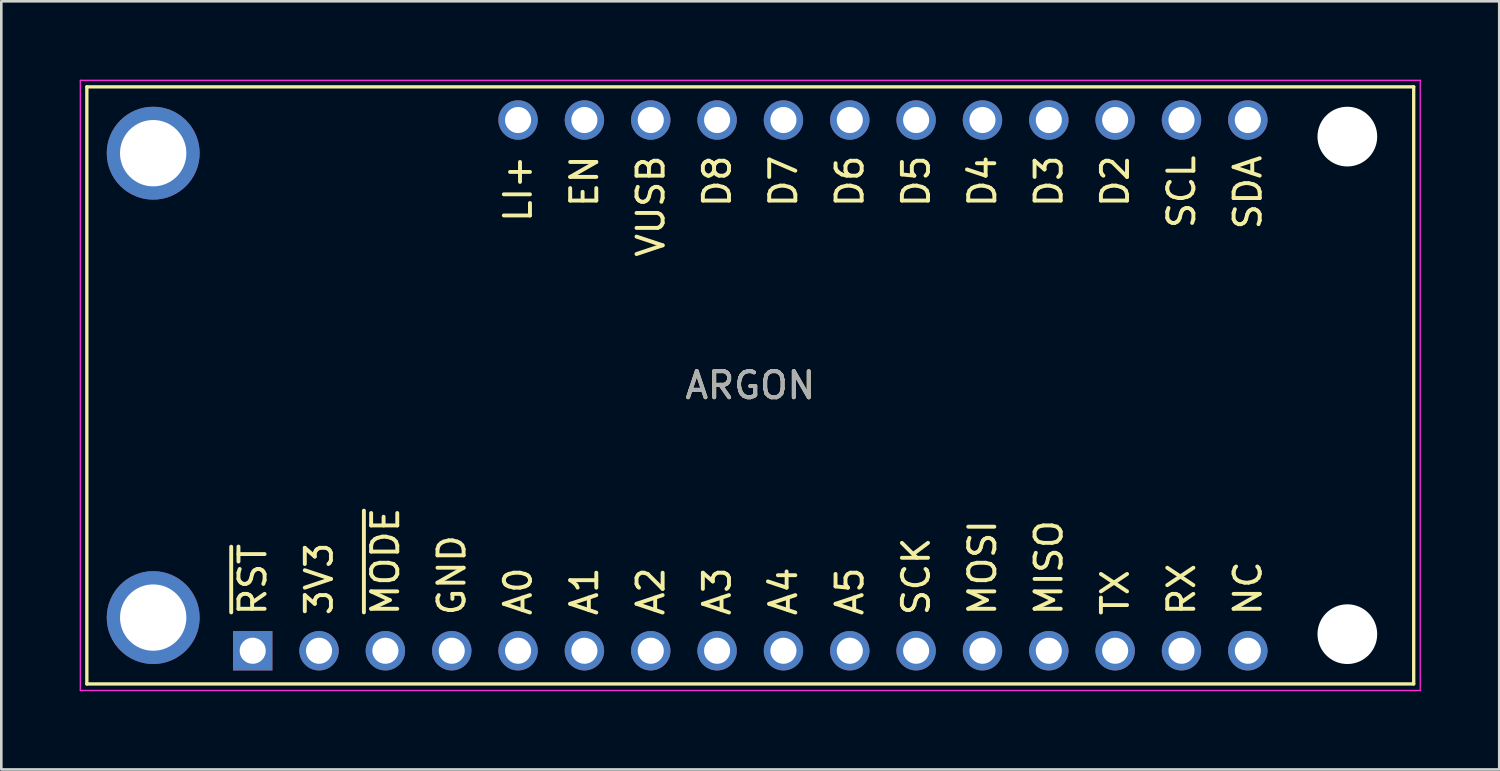
<source format=kicad_pcb>
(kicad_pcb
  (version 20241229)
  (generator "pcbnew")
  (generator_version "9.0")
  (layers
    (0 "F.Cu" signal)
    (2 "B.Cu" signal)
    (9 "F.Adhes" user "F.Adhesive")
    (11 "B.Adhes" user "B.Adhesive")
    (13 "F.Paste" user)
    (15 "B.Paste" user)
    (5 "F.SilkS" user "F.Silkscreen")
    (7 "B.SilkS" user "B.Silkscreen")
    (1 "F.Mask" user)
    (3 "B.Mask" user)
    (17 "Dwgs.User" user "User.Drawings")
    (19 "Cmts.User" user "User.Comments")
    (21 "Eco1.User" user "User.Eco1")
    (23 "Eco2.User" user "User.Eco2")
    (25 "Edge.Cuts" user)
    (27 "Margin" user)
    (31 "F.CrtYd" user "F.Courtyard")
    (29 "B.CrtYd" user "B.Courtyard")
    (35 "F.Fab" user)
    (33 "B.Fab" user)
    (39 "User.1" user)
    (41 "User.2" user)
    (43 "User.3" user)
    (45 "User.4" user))
  (footprint "ARGON"
    (layer "F.Cu")
    (at 25.675 11.705)
    (property "Reference" "ARGON" (at 0 0 0) (layer "F.SilkS") (effects (font (size 1 1) (thickness 0.15))))
    (attr through_hole)
    (fp_line (start -25.4 -11.43) (end 25.4 -11.43) (stroke (width 0.127) (type solid)) (layer "F.SilkS"))
    (fp_line (start -25.4 11.43) (end -25.4 -11.43) (stroke (width 0.127) (type solid)) (layer "F.SilkS"))
    (fp_line (start 25.4 -11.43) (end 25.4 11.43) (stroke (width 0.127) (type solid)) (layer "F.SilkS"))
    (fp_line (start 25.4 11.43) (end -25.4 11.43) (stroke (width 0.127) (type solid)) (layer "F.SilkS"))
    (fp_line (start -25.65 -11.68) (end 25.65 -11.68) (stroke (width 0.05) (type solid)) (layer "F.CrtYd"))
    (fp_line (start -25.65 11.68) (end -25.65 -11.68) (stroke (width 0.05) (type solid)) (layer "F.CrtYd"))
    (fp_line (start 25.65 -11.68) (end 25.65 11.68) (stroke (width 0.05) (type solid)) (layer "F.CrtYd"))
    (fp_line (start 25.65 11.68) (end -25.65 11.68) (stroke (width 0.05) (type solid)) (layer "F.CrtYd"))
    (fp_text user "SCK" (at 6.35 8.89 90) (unlocked yes) (layer "F.SilkS") (effects (font (size 1 1) (thickness 0.15)) (justify left)))
    (fp_text user "A1" (at -6.35 8.89 90) (unlocked yes) (layer "F.SilkS") (effects (font (size 1 1) (thickness 0.15)) (justify left)))
    (fp_text user "~{MODE}" (at -13.97 8.89 90) (unlocked yes) (layer "F.SilkS") (effects (font (size 1 1) (thickness 0.15)) (justify left)))
    (fp_text user "~{RST}" (at -19.05 8.89 90) (unlocked yes) (layer "F.SilkS") (effects (font (size 1 1) (thickness 0.15)) (justify left)))
    (fp_text user "LI+" (at -8.89 -8.89 90) (unlocked yes) (layer "F.SilkS") (effects (font (size 1 1) (thickness 0.15)) (justify right)))
    (fp_text user "D8" (at -1.27 -8.89 90) (unlocked yes) (layer "F.SilkS") (effects (font (size 1 1) (thickness 0.15)) (justify right)))
    (fp_text user "RX" (at 16.51 8.89 90) (unlocked yes) (layer "F.SilkS") (effects (font (size 1 1) (thickness 0.15)) (justify left)))
    (fp_text user "D3" (at 11.43 -8.89 90) (unlocked yes) (layer "F.SilkS") (effects (font (size 1 1) (thickness 0.15)) (justify right)))
    (fp_text user "MISO" (at 11.43 8.89 90) (unlocked yes) (layer "F.SilkS") (effects (font (size 1 1) (thickness 0.15)) (justify left)))
    (fp_text user "3V3" (at -16.51 8.89 90) (unlocked yes) (layer "F.SilkS") (effects (font (size 1 1) (thickness 0.15)) (justify left)))
    (fp_text user "GND" (at -11.43 8.89 90) (unlocked yes) (layer "F.SilkS") (effects (font (size 1 1) (thickness 0.15)) (justify left)))
    (fp_text user "A2" (at -3.81 8.89 90) (unlocked yes) (layer "F.SilkS") (effects (font (size 1 1) (thickness 0.15)) (justify left)))
    (fp_text user "MOSI" (at 8.89 8.89 90) (unlocked yes) (layer "F.SilkS") (effects (font (size 1 1) (thickness 0.15)) (justify left)))
    (fp_text user "A4" (at 1.27 8.89 90) (unlocked yes) (layer "F.SilkS") (effects (font (size 1 1) (thickness 0.15)) (justify left)))
    (fp_text user "D5" (at 6.35 -8.89 90) (unlocked yes) (layer "F.SilkS") (effects (font (size 1 1) (thickness 0.15)) (justify right)))
    (fp_text user "D2" (at 13.97 -8.89 90) (unlocked yes) (layer "F.SilkS") (effects (font (size 1 1) (thickness 0.15)) (justify right)))
    (fp_text user "TX" (at 13.97 8.89 90) (unlocked yes) (layer "F.SilkS") (effects (font (size 1 1) (thickness 0.15)) (justify left)))
    (fp_text user "D7" (at 1.27 -8.89 90) (unlocked yes) (layer "F.SilkS") (effects (font (size 1 1) (thickness 0.15)) (justify right)))
    (fp_text user "A5" (at 3.81 8.89 90) (unlocked yes) (layer "F.SilkS") (effects (font (size 1 1) (thickness 0.15)) (justify left)))
    (fp_text user "A0" (at -8.89 8.89 90) (unlocked yes) (layer "F.SilkS") (effects (font (size 1 1) (thickness 0.15)) (justify left)))
    (fp_text user "A3" (at -1.27 8.89 90) (unlocked yes) (layer "F.SilkS") (effects (font (size 1 1) (thickness 0.15)) (justify left)))
    (fp_text user "NC" (at 19.05 8.89 90) (unlocked yes) (layer "F.SilkS") (effects (font (size 1 1) (thickness 0.15)) (justify left)))
    (fp_text user "EN" (at -6.35 -8.89 90) (unlocked yes) (layer "F.SilkS") (effects (font (size 1 1) (thickness 0.15)) (justify right)))
    (fp_text user "SCL" (at 16.51 -8.89 90) (unlocked yes) (layer "F.SilkS") (effects (font (size 1 1) (thickness 0.15)) (justify right)))
    (fp_text user "D6" (at 3.81 -8.89 90) (unlocked yes) (layer "F.SilkS") (effects (font (size 1 1) (thickness 0.15)) (justify right)))
    (fp_text user "SDA" (at 19.05 -8.89 90) (unlocked yes) (layer "F.SilkS") (effects (font (size 1 1) (thickness 0.15)) (justify right)))
    (fp_text user "VUSB" (at -3.81 -8.89 90) (unlocked yes) (layer "F.SilkS") (effects (font (size 1 1) (thickness 0.15)) (justify right)))
    (fp_text user "D4" (at 8.89 -8.89 90) (unlocked yes) (layer "F.SilkS") (effects (font (size 1 1) (thickness 0.15)) (justify right)))
    (fp_text user "${REFERENCE}" (at 0 0 0) (layer "F.Fab") (effects (font (size 1 1) (thickness 0.15))))
    (pad "" np_thru_hole circle (at 22.86 -9.525) (size 2.286 2.286) (drill 2.286) (layers "*.Cu" "*.Mask"))
    (pad "" np_thru_hole circle (at 22.86 9.525) (size 2.286 2.286) (drill 2.286) (layers "*.Cu" "*.Mask"))
    (pad "3V3" thru_hole circle (at -16.51 10.16) (size 1.508 1.508) (drill 1) (layers "*.Cu" "*.Mask"))
    (pad "A0" thru_hole circle (at -8.89 10.16) (size 1.508 1.508) (drill 1) (layers "*.Cu" "*.Mask"))
    (pad "A1" thru_hole circle (at -6.35 10.16) (size 1.508 1.508) (drill 1) (layers "*.Cu" "*.Mask"))
    (pad "A2" thru_hole circle (at -3.81 10.16) (size 1.508 1.508) (drill 1) (layers "*.Cu" "*.Mask"))
    (pad "A3" thru_hole circle (at -1.27 10.16) (size 1.508 1.508) (drill 1) (layers "*.Cu" "*.Mask"))
    (pad "A4" thru_hole circle (at 1.27 10.16) (size 1.508 1.508) (drill 1) (layers "*.Cu" "*.Mask"))
    (pad "A5" thru_hole circle (at 3.81 10.16) (size 1.508 1.508) (drill 1) (layers "*.Cu" "*.Mask"))
    (pad "D2" thru_hole circle (at 13.97 -10.16) (size 1.508 1.508) (drill 1) (layers "*.Cu" "*.Mask"))
    (pad "D3" thru_hole circle (at 11.43 -10.16) (size 1.508 1.508) (drill 1) (layers "*.Cu" "*.Mask"))
    (pad "D4" thru_hole circle (at 8.89 -10.16) (size 1.508 1.508) (drill 1) (layers "*.Cu" "*.Mask"))
    (pad "D5" thru_hole circle (at 6.35 -10.16) (size 1.508 1.508) (drill 1) (layers "*.Cu" "*.Mask"))
    (pad "D6" thru_hole circle (at 3.81 -10.16) (size 1.508 1.508) (drill 1) (layers "*.Cu" "*.Mask"))
    (pad "D7" thru_hole circle (at 1.27 -10.16) (size 1.508 1.508) (drill 1) (layers "*.Cu" "*.Mask"))
    (pad "D8" thru_hole circle (at -1.27 -10.16) (size 1.508 1.508) (drill 1) (layers "*.Cu" "*.Mask"))
    (pad "EN" thru_hole circle (at -6.35 -10.16) (size 1.508 1.508) (drill 1) (layers "*.Cu" "*.Mask"))
    (pad "GND" thru_hole circle (at -11.43 10.16) (size 1.508 1.508) (drill 1) (layers "*.Cu" "*.Mask"))
    (pad "LI+" thru_hole circle (at -8.89 -10.16) (size 1.508 1.508) (drill 1) (layers "*.Cu" "*.Mask"))
    (pad "MISO" thru_hole circle (at 11.43 10.16) (size 1.508 1.508) (drill 1) (layers "*.Cu" "*.Mask"))
    (pad "MOSI" thru_hole circle (at 8.89 10.16) (size 1.508 1.508) (drill 1) (layers "*.Cu" "*.Mask"))
    (pad "NC" thru_hole circle (at 19.05 10.16) (size 1.508 1.508) (drill 1) (layers "*.Cu" "*.Mask"))
    (pad "RX" thru_hole circle (at 16.51 10.16) (size 1.508 1.508) (drill 1) (layers "*.Cu" "*.Mask"))
    (pad "S1" thru_hole circle (at -22.86 8.89) (size 3.556 3.556) (drill 2.54) (layers "*.Cu" "*.Mask"))
    (pad "S2" thru_hole circle (at -22.86 -8.89) (size 3.556 3.556) (drill 2.54) (layers "*.Cu" "*.Mask"))
    (pad "SCK" thru_hole circle (at 6.35 10.16) (size 1.508 1.508) (drill 1) (layers "*.Cu" "*.Mask"))
    (pad "SCL" thru_hole circle (at 16.51 -10.16) (size 1.508 1.508) (drill 1) (layers "*.Cu" "*.Mask"))
    (pad "SDA" thru_hole circle (at 19.05 -10.16) (size 1.508 1.508) (drill 1) (layers "*.Cu" "*.Mask"))
    (pad "TX" thru_hole circle (at 13.97 10.16) (size 1.508 1.508) (drill 1) (layers "*.Cu" "*.Mask"))
    (pad "VUSB" thru_hole circle (at -3.81 -10.16) (size 1.508 1.508) (drill 1) (layers "*.Cu" "*.Mask"))
    (pad "~MODE" thru_hole circle (at -13.97 10.16) (size 1.508 1.508) (drill 1) (layers "*.Cu" "*.Mask"))
    (pad "~RST" thru_hole rect (at -19.05 10.16) (size 1.508 1.508) (drill 1) (layers "*.Cu" "*.Mask")))
  (gr_rect
    (start -3 -3)
    (end 54.35 26.41)
    (stroke (width 0.1) (type default))
    (fill no)
    (layer "Edge.Cuts")))
</source>
